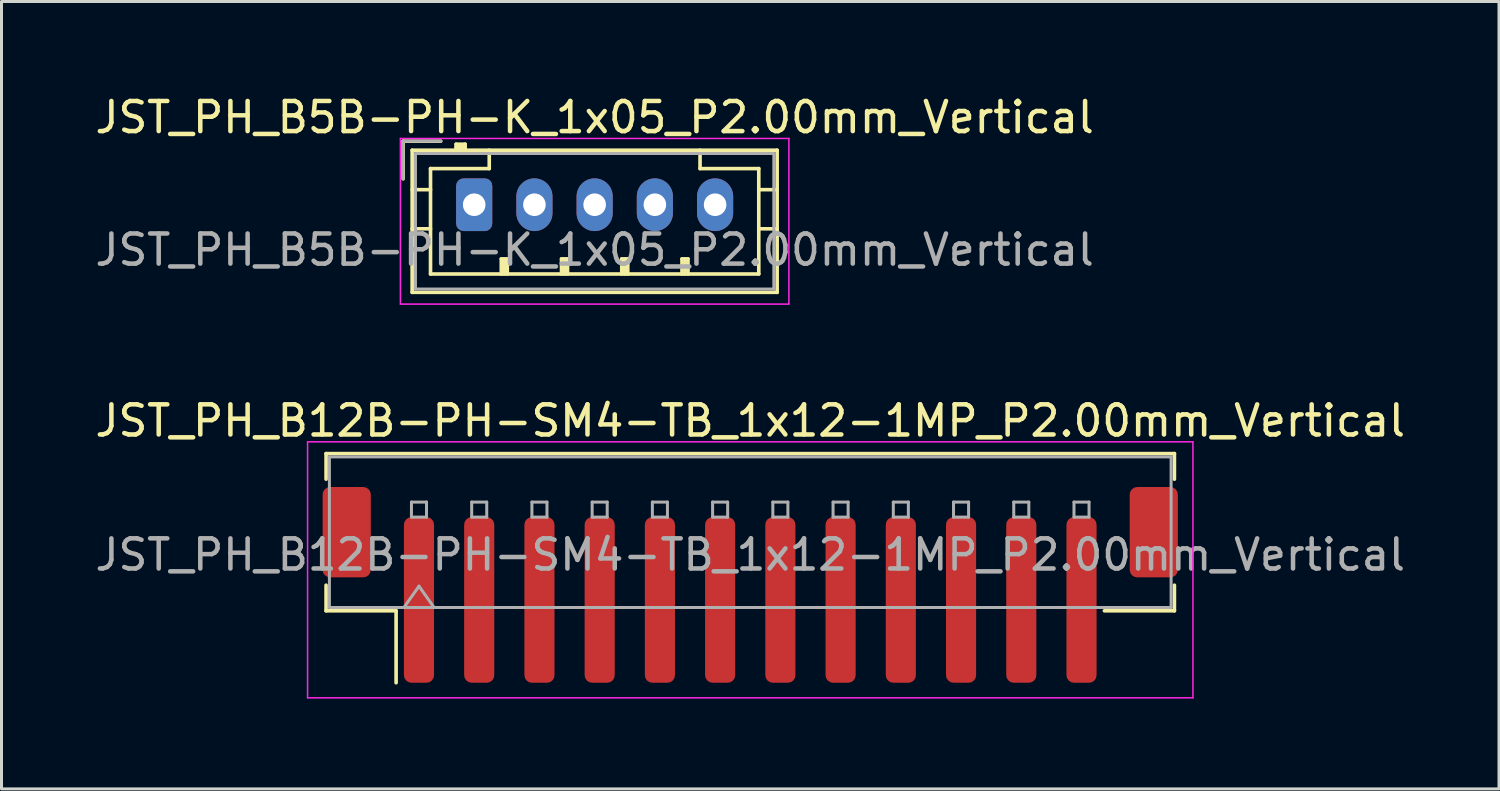
<source format=kicad_pcb>
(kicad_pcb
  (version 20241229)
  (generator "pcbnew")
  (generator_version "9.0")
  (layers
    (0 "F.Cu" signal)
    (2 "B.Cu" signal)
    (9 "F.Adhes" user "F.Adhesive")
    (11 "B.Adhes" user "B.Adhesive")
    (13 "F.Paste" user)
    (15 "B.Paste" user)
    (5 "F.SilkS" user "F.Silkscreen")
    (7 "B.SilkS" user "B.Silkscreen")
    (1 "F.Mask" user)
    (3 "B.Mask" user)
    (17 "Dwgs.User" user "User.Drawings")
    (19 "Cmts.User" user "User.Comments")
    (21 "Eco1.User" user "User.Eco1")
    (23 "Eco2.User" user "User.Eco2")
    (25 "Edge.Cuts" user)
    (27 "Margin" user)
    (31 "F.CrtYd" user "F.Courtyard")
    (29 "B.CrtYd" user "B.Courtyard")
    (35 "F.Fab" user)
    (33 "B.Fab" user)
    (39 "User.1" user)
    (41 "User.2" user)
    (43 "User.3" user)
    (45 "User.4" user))
  (footprint "JST_PH_B12B-PH-SM4-TB_1x12-1MP_P2.00mm_Vertical"
    (layer "F.Cu")
    (at 21.863 16.372)
    (property "Reference" "JST_PH_B12B-PH-SM4-TB_1x12-1MP_P2.00mm_Vertical" (at 0 -5.45 0) (layer "F.SilkS") (effects (font (size 1 1) (thickness 0.15))))
    (attr smd)
    (fp_line (start -14.085 -4.36) (end 14.085 -4.36) (stroke (width 0.12) (type solid)) (layer "F.SilkS"))
    (fp_line (start -14.085 -3.51) (end -14.085 -4.36) (stroke (width 0.12) (type solid)) (layer "F.SilkS"))
    (fp_line (start -14.085 0.01) (end -14.085 0.86) (stroke (width 0.12) (type solid)) (layer "F.SilkS"))
    (fp_line (start -14.085 0.86) (end -11.76 0.86) (stroke (width 0.12) (type solid)) (layer "F.SilkS"))
    (fp_line (start -11.76 0.86) (end -11.76 3.25) (stroke (width 0.12) (type solid)) (layer "F.SilkS"))
    (fp_line (start 14.085 -4.36) (end 14.085 -3.51) (stroke (width 0.12) (type solid)) (layer "F.SilkS"))
    (fp_line (start 14.085 0.01) (end 14.085 0.86) (stroke (width 0.12) (type solid)) (layer "F.SilkS"))
    (fp_line (start 14.085 0.86) (end 11.76 0.86) (stroke (width 0.12) (type solid)) (layer "F.SilkS"))
    (fp_line (start -14.7 -4.75) (end -14.7 3.75) (stroke (width 0.05) (type solid)) (layer "F.CrtYd"))
    (fp_line (start -14.7 3.75) (end 14.7 3.75) (stroke (width 0.05) (type solid)) (layer "F.CrtYd"))
    (fp_line (start 14.7 -4.75) (end -14.7 -4.75) (stroke (width 0.05) (type solid)) (layer "F.CrtYd"))
    (fp_line (start 14.7 3.75) (end 14.7 -4.75) (stroke (width 0.05) (type solid)) (layer "F.CrtYd"))
    (fp_line (start -13.975 -4.25) (end 13.975 -4.25) (stroke (width 0.1) (type solid)) (layer "F.Fab"))
    (fp_line (start -13.975 0.75) (end -13.975 -4.25) (stroke (width 0.1) (type solid)) (layer "F.Fab"))
    (fp_line (start -13.975 0.75) (end 13.975 0.75) (stroke (width 0.1) (type solid)) (layer "F.Fab"))
    (fp_line (start -11.5 0.75) (end -11 0.043) (stroke (width 0.1) (type solid)) (layer "F.Fab"))
    (fp_line (start -11.25 -2.75) (end -11.25 -2.25) (stroke (width 0.1) (type solid)) (layer "F.Fab"))
    (fp_line (start -11.25 -2.25) (end -10.75 -2.25) (stroke (width 0.1) (type solid)) (layer "F.Fab"))
    (fp_line (start -11 0.043) (end -10.5 0.75) (stroke (width 0.1) (type solid)) (layer "F.Fab"))
    (fp_line (start -10.75 -2.75) (end -11.25 -2.75) (stroke (width 0.1) (type solid)) (layer "F.Fab"))
    (fp_line (start -10.75 -2.25) (end -10.75 -2.75) (stroke (width 0.1) (type solid)) (layer "F.Fab"))
    (fp_line (start -9.25 -2.75) (end -9.25 -2.25) (stroke (width 0.1) (type solid)) (layer "F.Fab"))
    (fp_line (start -9.25 -2.25) (end -8.75 -2.25) (stroke (width 0.1) (type solid)) (layer "F.Fab"))
    (fp_line (start -8.75 -2.75) (end -9.25 -2.75) (stroke (width 0.1) (type solid)) (layer "F.Fab"))
    (fp_line (start -8.75 -2.25) (end -8.75 -2.75) (stroke (width 0.1) (type solid)) (layer "F.Fab"))
    (fp_line (start -7.25 -2.75) (end -7.25 -2.25) (stroke (width 0.1) (type solid)) (layer "F.Fab"))
    (fp_line (start -7.25 -2.25) (end -6.75 -2.25) (stroke (width 0.1) (type solid)) (layer "F.Fab"))
    (fp_line (start -6.75 -2.75) (end -7.25 -2.75) (stroke (width 0.1) (type solid)) (layer "F.Fab"))
    (fp_line (start -6.75 -2.25) (end -6.75 -2.75) (stroke (width 0.1) (type solid)) (layer "F.Fab"))
    (fp_line (start -5.25 -2.75) (end -5.25 -2.25) (stroke (width 0.1) (type solid)) (layer "F.Fab"))
    (fp_line (start -5.25 -2.25) (end -4.75 -2.25) (stroke (width 0.1) (type solid)) (layer "F.Fab"))
    (fp_line (start -4.75 -2.75) (end -5.25 -2.75) (stroke (width 0.1) (type solid)) (layer "F.Fab"))
    (fp_line (start -4.75 -2.25) (end -4.75 -2.75) (stroke (width 0.1) (type solid)) (layer "F.Fab"))
    (fp_line (start -3.25 -2.75) (end -3.25 -2.25) (stroke (width 0.1) (type solid)) (layer "F.Fab"))
    (fp_line (start -3.25 -2.25) (end -2.75 -2.25) (stroke (width 0.1) (type solid)) (layer "F.Fab"))
    (fp_line (start -2.75 -2.75) (end -3.25 -2.75) (stroke (width 0.1) (type solid)) (layer "F.Fab"))
    (fp_line (start -2.75 -2.25) (end -2.75 -2.75) (stroke (width 0.1) (type solid)) (layer "F.Fab"))
    (fp_line (start -1.25 -2.75) (end -1.25 -2.25) (stroke (width 0.1) (type solid)) (layer "F.Fab"))
    (fp_line (start -1.25 -2.25) (end -0.75 -2.25) (stroke (width 0.1) (type solid)) (layer "F.Fab"))
    (fp_line (start -0.75 -2.75) (end -1.25 -2.75) (stroke (width 0.1) (type solid)) (layer "F.Fab"))
    (fp_line (start -0.75 -2.25) (end -0.75 -2.75) (stroke (width 0.1) (type solid)) (layer "F.Fab"))
    (fp_line (start 0.75 -2.75) (end 0.75 -2.25) (stroke (width 0.1) (type solid)) (layer "F.Fab"))
    (fp_line (start 0.75 -2.25) (end 1.25 -2.25) (stroke (width 0.1) (type solid)) (layer "F.Fab"))
    (fp_line (start 1.25 -2.75) (end 0.75 -2.75) (stroke (width 0.1) (type solid)) (layer "F.Fab"))
    (fp_line (start 1.25 -2.25) (end 1.25 -2.75) (stroke (width 0.1) (type solid)) (layer "F.Fab"))
    (fp_line (start 2.75 -2.75) (end 2.75 -2.25) (stroke (width 0.1) (type solid)) (layer "F.Fab"))
    (fp_line (start 2.75 -2.25) (end 3.25 -2.25) (stroke (width 0.1) (type solid)) (layer "F.Fab"))
    (fp_line (start 3.25 -2.75) (end 2.75 -2.75) (stroke (width 0.1) (type solid)) (layer "F.Fab"))
    (fp_line (start 3.25 -2.25) (end 3.25 -2.75) (stroke (width 0.1) (type solid)) (layer "F.Fab"))
    (fp_line (start 4.75 -2.75) (end 4.75 -2.25) (stroke (width 0.1) (type solid)) (layer "F.Fab"))
    (fp_line (start 4.75 -2.25) (end 5.25 -2.25) (stroke (width 0.1) (type solid)) (layer "F.Fab"))
    (fp_line (start 5.25 -2.75) (end 4.75 -2.75) (stroke (width 0.1) (type solid)) (layer "F.Fab"))
    (fp_line (start 5.25 -2.25) (end 5.25 -2.75) (stroke (width 0.1) (type solid)) (layer "F.Fab"))
    (fp_line (start 6.75 -2.75) (end 6.75 -2.25) (stroke (width 0.1) (type solid)) (layer "F.Fab"))
    (fp_line (start 6.75 -2.25) (end 7.25 -2.25) (stroke (width 0.1) (type solid)) (layer "F.Fab"))
    (fp_line (start 7.25 -2.75) (end 6.75 -2.75) (stroke (width 0.1) (type solid)) (layer "F.Fab"))
    (fp_line (start 7.25 -2.25) (end 7.25 -2.75) (stroke (width 0.1) (type solid)) (layer "F.Fab"))
    (fp_line (start 8.75 -2.75) (end 8.75 -2.25) (stroke (width 0.1) (type solid)) (layer "F.Fab"))
    (fp_line (start 8.75 -2.25) (end 9.25 -2.25) (stroke (width 0.1) (type solid)) (layer "F.Fab"))
    (fp_line (start 9.25 -2.75) (end 8.75 -2.75) (stroke (width 0.1) (type solid)) (layer "F.Fab"))
    (fp_line (start 9.25 -2.25) (end 9.25 -2.75) (stroke (width 0.1) (type solid)) (layer "F.Fab"))
    (fp_line (start 10.75 -2.75) (end 10.75 -2.25) (stroke (width 0.1) (type solid)) (layer "F.Fab"))
    (fp_line (start 10.75 -2.25) (end 11.25 -2.25) (stroke (width 0.1) (type solid)) (layer "F.Fab"))
    (fp_line (start 11.25 -2.75) (end 10.75 -2.75) (stroke (width 0.1) (type solid)) (layer "F.Fab"))
    (fp_line (start 11.25 -2.25) (end 11.25 -2.75) (stroke (width 0.1) (type solid)) (layer "F.Fab"))
    (fp_line (start 13.975 0.75) (end 13.975 -4.25) (stroke (width 0.1) (type solid)) (layer "F.Fab"))
    (fp_text user "${REFERENCE}" (at 0 -1 0) (layer "F.Fab") (effects (font (size 1 1) (thickness 0.15))))
    (pad "1" smd roundrect (at -11 0.5) (size 1 5.5) (layers "F.Cu" "F.Mask" "F.Paste") (roundrect_rratio 0.25))
    (pad "2" smd roundrect (at -9 0.5) (size 1 5.5) (layers "F.Cu" "F.Mask" "F.Paste") (roundrect_rratio 0.25))
    (pad "3" smd roundrect (at -7 0.5) (size 1 5.5) (layers "F.Cu" "F.Mask" "F.Paste") (roundrect_rratio 0.25))
    (pad "4" smd roundrect (at -5 0.5) (size 1 5.5) (layers "F.Cu" "F.Mask" "F.Paste") (roundrect_rratio 0.25))
    (pad "5" smd roundrect (at -3 0.5) (size 1 5.5) (layers "F.Cu" "F.Mask" "F.Paste") (roundrect_rratio 0.25))
    (pad "6" smd roundrect (at -1 0.5) (size 1 5.5) (layers "F.Cu" "F.Mask" "F.Paste") (roundrect_rratio 0.25))
    (pad "7" smd roundrect (at 1 0.5) (size 1 5.5) (layers "F.Cu" "F.Mask" "F.Paste") (roundrect_rratio 0.25))
    (pad "8" smd roundrect (at 3 0.5) (size 1 5.5) (layers "F.Cu" "F.Mask" "F.Paste") (roundrect_rratio 0.25))
    (pad "9" smd roundrect (at 5 0.5) (size 1 5.5) (layers "F.Cu" "F.Mask" "F.Paste") (roundrect_rratio 0.25))
    (pad "10" smd roundrect (at 7 0.5) (size 1 5.5) (layers "F.Cu" "F.Mask" "F.Paste") (roundrect_rratio 0.25))
    (pad "11" smd roundrect (at 9 0.5) (size 1 5.5) (layers "F.Cu" "F.Mask" "F.Paste") (roundrect_rratio 0.25))
    (pad "12" smd roundrect (at 11 0.5) (size 1 5.5) (layers "F.Cu" "F.Mask" "F.Paste") (roundrect_rratio 0.25))
    (pad "MP" smd roundrect (at -13.4 -1.75) (size 1.6 3) (layers "F.Cu" "F.Mask" "F.Paste") (roundrect_rratio 0.156))
    (pad "MP" smd roundrect (at 13.4 -1.75) (size 1.6 3) (layers "F.Cu" "F.Mask" "F.Paste") (roundrect_rratio 0.156)))
  (footprint "JST_PH_B5B-PH-K_1x05_P2.00mm_Vertical"
    (layer "F.Cu")
    (at 12.696 3.748)
    (property "Reference" "JST_PH_B5B-PH-K_1x05_P2.00mm_Vertical" (at 4 -2.9 0) (layer "F.SilkS") (effects (font (size 1 1) (thickness 0.15))))
    (attr through_hole)
    (fp_line (start -2.36 -2.11) (end -2.36 -0.86) (stroke (width 0.12) (type solid)) (layer "F.SilkS"))
    (fp_line (start -2.06 -1.81) (end -2.06 2.91) (stroke (width 0.12) (type solid)) (layer "F.SilkS"))
    (fp_line (start -2.06 -0.5) (end -1.45 -0.5) (stroke (width 0.12) (type solid)) (layer "F.SilkS"))
    (fp_line (start -2.06 0.8) (end -1.45 0.8) (stroke (width 0.12) (type solid)) (layer "F.SilkS"))
    (fp_line (start -2.06 2.91) (end 10.06 2.91) (stroke (width 0.12) (type solid)) (layer "F.SilkS"))
    (fp_line (start -1.45 -1.2) (end -1.45 2.3) (stroke (width 0.12) (type solid)) (layer "F.SilkS"))
    (fp_line (start -1.45 2.3) (end 9.45 2.3) (stroke (width 0.12) (type solid)) (layer "F.SilkS"))
    (fp_line (start -1.11 -2.11) (end -2.36 -2.11) (stroke (width 0.12) (type solid)) (layer "F.SilkS"))
    (fp_line (start -0.6 -2.01) (end -0.6 -1.81) (stroke (width 0.12) (type solid)) (layer "F.SilkS"))
    (fp_line (start -0.3 -2.01) (end -0.6 -2.01) (stroke (width 0.12) (type solid)) (layer "F.SilkS"))
    (fp_line (start -0.3 -1.91) (end -0.6 -1.91) (stroke (width 0.12) (type solid)) (layer "F.SilkS"))
    (fp_line (start -0.3 -1.81) (end -0.3 -2.01) (stroke (width 0.12) (type solid)) (layer "F.SilkS"))
    (fp_line (start 0.5 -1.81) (end 0.5 -1.2) (stroke (width 0.12) (type solid)) (layer "F.SilkS"))
    (fp_line (start 0.5 -1.2) (end -1.45 -1.2) (stroke (width 0.12) (type solid)) (layer "F.SilkS"))
    (fp_line (start 0.9 1.8) (end 1.1 1.8) (stroke (width 0.12) (type solid)) (layer "F.SilkS"))
    (fp_line (start 0.9 2.3) (end 0.9 1.8) (stroke (width 0.12) (type solid)) (layer "F.SilkS"))
    (fp_line (start 1 2.3) (end 1 1.8) (stroke (width 0.12) (type solid)) (layer "F.SilkS"))
    (fp_line (start 1.1 1.8) (end 1.1 2.3) (stroke (width 0.12) (type solid)) (layer "F.SilkS"))
    (fp_line (start 2.9 1.8) (end 3.1 1.8) (stroke (width 0.12) (type solid)) (layer "F.SilkS"))
    (fp_line (start 2.9 2.3) (end 2.9 1.8) (stroke (width 0.12) (type solid)) (layer "F.SilkS"))
    (fp_line (start 3 2.3) (end 3 1.8) (stroke (width 0.12) (type solid)) (layer "F.SilkS"))
    (fp_line (start 3.1 1.8) (end 3.1 2.3) (stroke (width 0.12) (type solid)) (layer "F.SilkS"))
    (fp_line (start 4.9 1.8) (end 5.1 1.8) (stroke (width 0.12) (type solid)) (layer "F.SilkS"))
    (fp_line (start 4.9 2.3) (end 4.9 1.8) (stroke (width 0.12) (type solid)) (layer "F.SilkS"))
    (fp_line (start 5 2.3) (end 5 1.8) (stroke (width 0.12) (type solid)) (layer "F.SilkS"))
    (fp_line (start 5.1 1.8) (end 5.1 2.3) (stroke (width 0.12) (type solid)) (layer "F.SilkS"))
    (fp_line (start 6.9 1.8) (end 7.1 1.8) (stroke (width 0.12) (type solid)) (layer "F.SilkS"))
    (fp_line (start 6.9 2.3) (end 6.9 1.8) (stroke (width 0.12) (type solid)) (layer "F.SilkS"))
    (fp_line (start 7 2.3) (end 7 1.8) (stroke (width 0.12) (type solid)) (layer "F.SilkS"))
    (fp_line (start 7.1 1.8) (end 7.1 2.3) (stroke (width 0.12) (type solid)) (layer "F.SilkS"))
    (fp_line (start 7.5 -1.2) (end 7.5 -1.81) (stroke (width 0.12) (type solid)) (layer "F.SilkS"))
    (fp_line (start 9.45 -1.2) (end 7.5 -1.2) (stroke (width 0.12) (type solid)) (layer "F.SilkS"))
    (fp_line (start 9.45 2.3) (end 9.45 -1.2) (stroke (width 0.12) (type solid)) (layer "F.SilkS"))
    (fp_line (start 10.06 -1.81) (end -2.06 -1.81) (stroke (width 0.12) (type solid)) (layer "F.SilkS"))
    (fp_line (start 10.06 -0.5) (end 9.45 -0.5) (stroke (width 0.12) (type solid)) (layer "F.SilkS"))
    (fp_line (start 10.06 0.8) (end 9.45 0.8) (stroke (width 0.12) (type solid)) (layer "F.SilkS"))
    (fp_line (start 10.06 2.91) (end 10.06 -1.81) (stroke (width 0.12) (type solid)) (layer "F.SilkS"))
    (fp_line (start -2.45 -2.2) (end -2.45 3.3) (stroke (width 0.05) (type solid)) (layer "F.CrtYd"))
    (fp_line (start -2.45 3.3) (end 10.45 3.3) (stroke (width 0.05) (type solid)) (layer "F.CrtYd"))
    (fp_line (start 10.45 -2.2) (end -2.45 -2.2) (stroke (width 0.05) (type solid)) (layer "F.CrtYd"))
    (fp_line (start 10.45 3.3) (end 10.45 -2.2) (stroke (width 0.05) (type solid)) (layer "F.CrtYd"))
    (fp_line (start -2.36 -2.11) (end -2.36 -0.86) (stroke (width 0.1) (type solid)) (layer "F.Fab"))
    (fp_line (start -1.95 -1.7) (end -1.95 2.8) (stroke (width 0.1) (type solid)) (layer "F.Fab"))
    (fp_line (start -1.95 2.8) (end 9.95 2.8) (stroke (width 0.1) (type solid)) (layer "F.Fab"))
    (fp_line (start -1.11 -2.11) (end -2.36 -2.11) (stroke (width 0.1) (type solid)) (layer "F.Fab"))
    (fp_line (start 9.95 -1.7) (end -1.95 -1.7) (stroke (width 0.1) (type solid)) (layer "F.Fab"))
    (fp_line (start 9.95 2.8) (end 9.95 -1.7) (stroke (width 0.1) (type solid)) (layer "F.Fab"))
    (fp_text user "${REFERENCE}" (at 4 1.5 0) (layer "F.Fab") (effects (font (size 1 1) (thickness 0.15))))
    (pad "1" thru_hole roundrect (at 0 0) (size 1.2 1.75) (drill 0.75) (layers "*.Cu" "*.Mask") (roundrect_rratio 0.208))
    (pad "2" thru_hole oval (at 2 0) (size 1.2 1.75) (drill 0.75) (layers "*.Cu" "*.Mask"))
    (pad "3" thru_hole oval (at 4 0) (size 1.2 1.75) (drill 0.75) (layers "*.Cu" "*.Mask"))
    (pad "4" thru_hole oval (at 6 0) (size 1.2 1.75) (drill 0.75) (layers "*.Cu" "*.Mask"))
    (pad "5" thru_hole oval (at 8 0) (size 1.2 1.75) (drill 0.75) (layers "*.Cu" "*.Mask")))
  (gr_rect
    (start -3 -3)
    (end 46.726 23.146)
    (stroke (width 0.1) (type default))
    (fill no)
    (layer "Edge.Cuts")))
</source>
